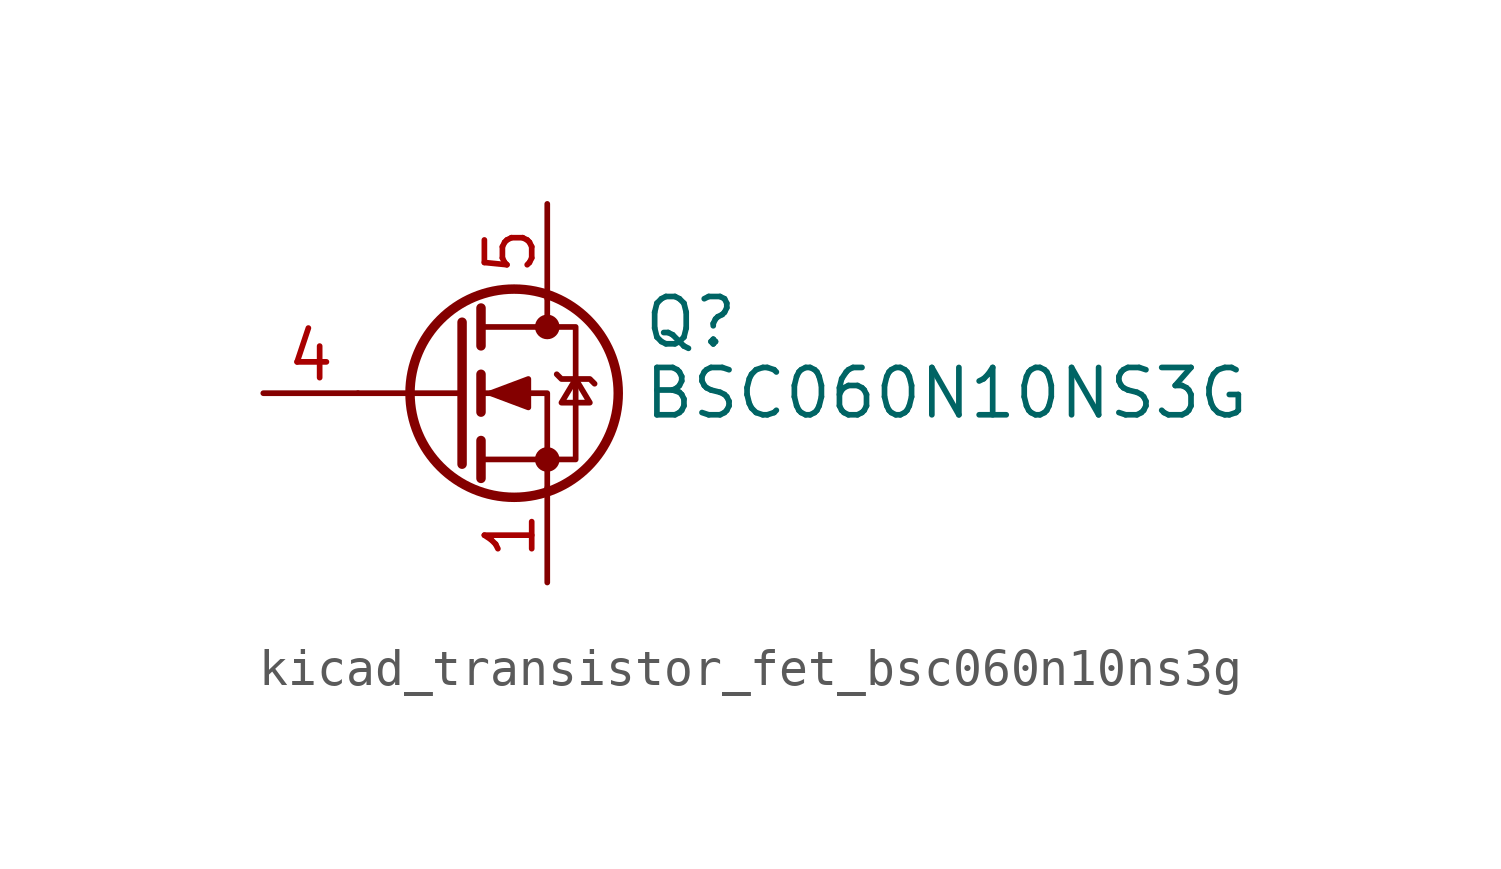
<source format=kicad_sym>
(kicad_symbol_lib
  (version 20220914)
  (generator kicad_symbol_editor)
  (symbol "kicad_transistor_fet_bsc060n10ns3g"
    (pin_names hide)
    (property "Reference" "Q"
      (at 5.08 1.905 0)
      (effects (font (size 1.27 1.27)) (justify left)))
    (property "Value" "BSC060N10NS3G"
      (at 5.08 0 0)
      (effects (font (size 1.27 1.27)) (justify left)))
    (symbol "kicad_transistor_fet_bsc060n10ns3g_0_1"
      (polyline (pts (xy 0.254 0) (xy -2.54 0)) (stroke (width 0) (type default)) (fill (type none)))
      (polyline (pts (xy 0.254 1.905) (xy 0.254 -1.905)) (stroke (width 0.254) (type default)) (fill (type none)))
      (polyline (pts (xy 0.762 -1.27) (xy 0.762 -2.286)) (stroke (width 0.254) (type default)) (fill (type none)))
      (polyline (pts (xy 0.762 0.508) (xy 0.762 -0.508)) (stroke (width 0.254) (type default)) (fill (type none)))
      (polyline (pts (xy 0.762 2.286) (xy 0.762 1.27)) (stroke (width 0.254) (type default)) (fill (type none)))
      (polyline (pts (xy 2.54 2.54) (xy 2.54 1.778)) (stroke (width 0) (type default)) (fill (type none)))
      (polyline (pts (xy 2.54 -2.54) (xy 2.54 0) (xy 0.762 0)) (stroke (width 0) (type default)) (fill (type none)))
      (polyline (pts (xy 0.762 -1.778) (xy 3.302 -1.778) (xy 3.302 1.778) (xy 0.762 1.778)) (stroke (width 0) (type default)) (fill (type none)))
      (polyline (pts (xy 1.016 0) (xy 2.032 0.381) (xy 2.032 -0.381) (xy 1.016 0)) (stroke (width 0) (type default)) (fill (type outline)))
      (polyline (pts (xy 2.794 0.508) (xy 2.921 0.381) (xy 3.683 0.381) (xy 3.81 0.254)) (stroke (width 0) (type default)) (fill (type none)))
      (polyline (pts (xy 3.302 0.381) (xy 2.921 -0.254) (xy 3.683 -0.254) (xy 3.302 0.381)) (stroke (width 0) (type default)) (fill (type none)))
      (circle (center 1.651 0) (radius 2.794) (stroke (width 0.254) (type default)) (fill (type none)))
      (circle (center 2.54 -1.778) (radius 0.254) (stroke (width 0) (type default)) (fill (type outline)))
      (circle (center 2.54 1.778) (radius 0.254) (stroke (width 0) (type default)) (fill (type outline))))
    (symbol "kicad_transistor_fet_bsc060n10ns3g_1_1"
      (pin passive line (at 2.54 -5.08 90) (length 2.54) (name "S" (effects (font (size 1.27 1.27)))) (number "1" (effects (font (size 1.27 1.27)))))
      (pin passive line (at 2.54 -5.08 90) (length 2.54) hide (name "S" (effects (font (size 1.27 1.27)))) (number "2" (effects (font (size 1.27 1.27)))))
      (pin passive line (at 2.54 -5.08 90) (length 2.54) hide (name "S" (effects (font (size 1.27 1.27)))) (number "3" (effects (font (size 1.27 1.27)))))
      (pin passive line (at -5.08 0 0) (length 2.54) (name "G" (effects (font (size 1.27 1.27)))) (number "4" (effects (font (size 1.27 1.27)))))
      (pin passive line (at 2.54 5.08 270) (length 2.54) (name "D" (effects (font (size 1.27 1.27)))) (number "5" (effects (font (size 1.27 1.27))))))))
</source>
